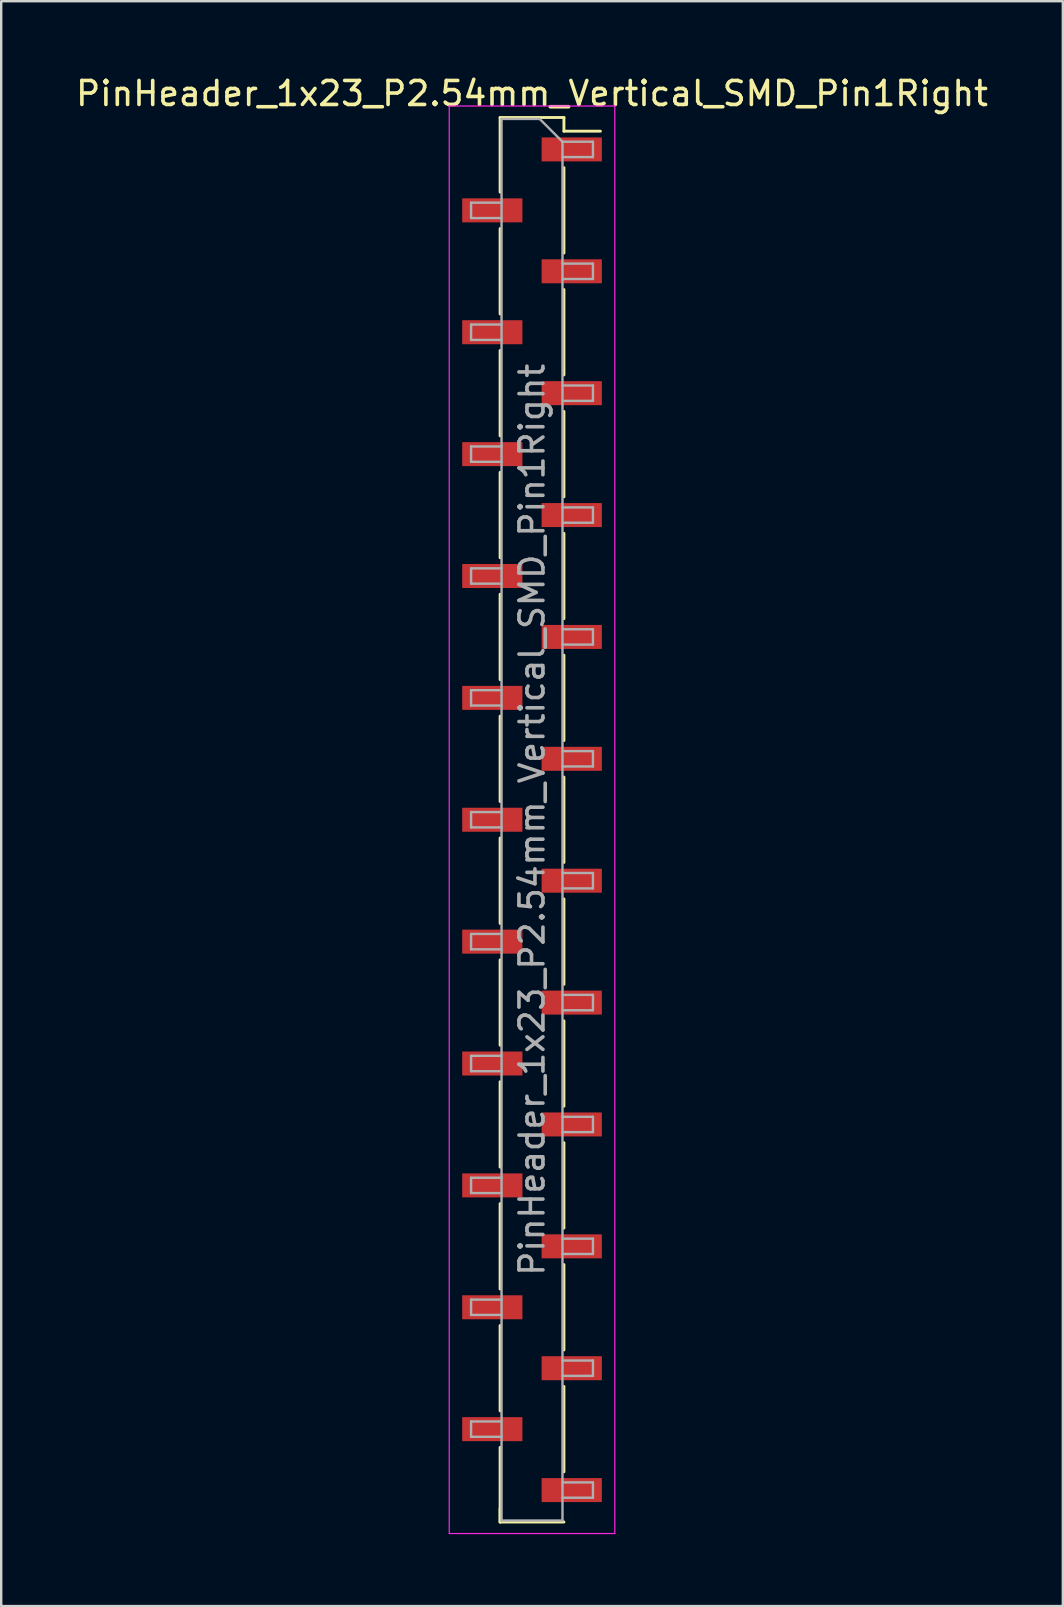
<source format=kicad_pcb>
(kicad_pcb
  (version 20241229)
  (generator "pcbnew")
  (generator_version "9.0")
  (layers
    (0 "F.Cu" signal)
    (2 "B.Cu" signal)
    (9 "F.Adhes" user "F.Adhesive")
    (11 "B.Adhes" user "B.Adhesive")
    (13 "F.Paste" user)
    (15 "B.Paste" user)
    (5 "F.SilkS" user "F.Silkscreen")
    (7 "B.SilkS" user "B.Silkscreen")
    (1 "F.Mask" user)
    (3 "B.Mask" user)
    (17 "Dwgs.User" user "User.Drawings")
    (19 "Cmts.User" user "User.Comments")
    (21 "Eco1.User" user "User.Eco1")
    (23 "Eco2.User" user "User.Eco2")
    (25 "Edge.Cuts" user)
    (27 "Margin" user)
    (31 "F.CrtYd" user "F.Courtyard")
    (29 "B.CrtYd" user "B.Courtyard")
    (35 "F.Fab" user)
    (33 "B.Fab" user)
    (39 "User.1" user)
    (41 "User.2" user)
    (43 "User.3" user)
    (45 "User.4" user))
  (footprint "PinHeader_1x23_P2.54mm_Vertical_SMD_Pin1Right"
    (layer "F.Cu")
    (at 19.125 31.118)
    (property "Reference" "PinHeader_1x23_P2.54mm_Vertical_SMD_Pin1Right" (at 0 -30.27 0) (layer "F.SilkS") (effects (font (size 1 1) (thickness 0.15))))
    (attr smd)
    (fp_line (start -1.33 -29.27) (end -1.33 -26.16) (stroke (width 0.12) (type solid)) (layer "F.SilkS"))
    (fp_line (start -1.33 -29.27) (end 1.33 -29.27) (stroke (width 0.12) (type solid)) (layer "F.SilkS"))
    (fp_line (start -1.33 -24.64) (end -1.33 -21.08) (stroke (width 0.12) (type solid)) (layer "F.SilkS"))
    (fp_line (start -1.33 -19.56) (end -1.33 -16) (stroke (width 0.12) (type solid)) (layer "F.SilkS"))
    (fp_line (start -1.33 -14.48) (end -1.33 -10.92) (stroke (width 0.12) (type solid)) (layer "F.SilkS"))
    (fp_line (start -1.33 -9.4) (end -1.33 -5.84) (stroke (width 0.12) (type solid)) (layer "F.SilkS"))
    (fp_line (start -1.33 -4.32) (end -1.33 -0.76) (stroke (width 0.12) (type solid)) (layer "F.SilkS"))
    (fp_line (start -1.33 0.76) (end -1.33 4.32) (stroke (width 0.12) (type solid)) (layer "F.SilkS"))
    (fp_line (start -1.33 5.84) (end -1.33 9.4) (stroke (width 0.12) (type solid)) (layer "F.SilkS"))
    (fp_line (start -1.33 10.92) (end -1.33 14.48) (stroke (width 0.12) (type solid)) (layer "F.SilkS"))
    (fp_line (start -1.33 16) (end -1.33 19.56) (stroke (width 0.12) (type solid)) (layer "F.SilkS"))
    (fp_line (start -1.33 21.08) (end -1.33 24.64) (stroke (width 0.12) (type solid)) (layer "F.SilkS"))
    (fp_line (start -1.33 26.16) (end -1.33 29.27) (stroke (width 0.12) (type solid)) (layer "F.SilkS"))
    (fp_line (start -1.33 28.7) (end -1.33 29.27) (stroke (width 0.12) (type solid)) (layer "F.SilkS"))
    (fp_line (start -1.33 29.27) (end 1.33 29.27) (stroke (width 0.12) (type solid)) (layer "F.SilkS"))
    (fp_line (start 1.33 -29.27) (end 1.33 -28.7) (stroke (width 0.12) (type solid)) (layer "F.SilkS"))
    (fp_line (start 1.33 -28.7) (end 2.85 -28.7) (stroke (width 0.12) (type solid)) (layer "F.SilkS"))
    (fp_line (start 1.33 -27.18) (end 1.33 -23.62) (stroke (width 0.12) (type solid)) (layer "F.SilkS"))
    (fp_line (start 1.33 -22.1) (end 1.33 -18.54) (stroke (width 0.12) (type solid)) (layer "F.SilkS"))
    (fp_line (start 1.33 -17.02) (end 1.33 -13.46) (stroke (width 0.12) (type solid)) (layer "F.SilkS"))
    (fp_line (start 1.33 -11.94) (end 1.33 -8.38) (stroke (width 0.12) (type solid)) (layer "F.SilkS"))
    (fp_line (start 1.33 -6.86) (end 1.33 -3.3) (stroke (width 0.12) (type solid)) (layer "F.SilkS"))
    (fp_line (start 1.33 -1.78) (end 1.33 1.78) (stroke (width 0.12) (type solid)) (layer "F.SilkS"))
    (fp_line (start 1.33 3.3) (end 1.33 6.86) (stroke (width 0.12) (type solid)) (layer "F.SilkS"))
    (fp_line (start 1.33 8.38) (end 1.33 11.94) (stroke (width 0.12) (type solid)) (layer "F.SilkS"))
    (fp_line (start 1.33 13.46) (end 1.33 17.02) (stroke (width 0.12) (type solid)) (layer "F.SilkS"))
    (fp_line (start 1.33 18.54) (end 1.33 22.1) (stroke (width 0.12) (type solid)) (layer "F.SilkS"))
    (fp_line (start 1.33 23.62) (end 1.33 27.18) (stroke (width 0.12) (type solid)) (layer "F.SilkS"))
    (fp_line (start -3.45 -29.75) (end -3.45 29.75) (stroke (width 0.05) (type solid)) (layer "F.CrtYd"))
    (fp_line (start -3.45 29.75) (end 3.45 29.75) (stroke (width 0.05) (type solid)) (layer "F.CrtYd"))
    (fp_line (start 3.45 -29.75) (end -3.45 -29.75) (stroke (width 0.05) (type solid)) (layer "F.CrtYd"))
    (fp_line (start 3.45 29.75) (end 3.45 -29.75) (stroke (width 0.05) (type solid)) (layer "F.CrtYd"))
    (fp_line (start -2.54 -25.72) (end -2.54 -25.08) (stroke (width 0.1) (type solid)) (layer "F.Fab"))
    (fp_line (start -2.54 -25.08) (end -1.27 -25.08) (stroke (width 0.1) (type solid)) (layer "F.Fab"))
    (fp_line (start -2.54 -20.64) (end -2.54 -20) (stroke (width 0.1) (type solid)) (layer "F.Fab"))
    (fp_line (start -2.54 -20) (end -1.27 -20) (stroke (width 0.1) (type solid)) (layer "F.Fab"))
    (fp_line (start -2.54 -15.56) (end -2.54 -14.92) (stroke (width 0.1) (type solid)) (layer "F.Fab"))
    (fp_line (start -2.54 -14.92) (end -1.27 -14.92) (stroke (width 0.1) (type solid)) (layer "F.Fab"))
    (fp_line (start -2.54 -10.48) (end -2.54 -9.84) (stroke (width 0.1) (type solid)) (layer "F.Fab"))
    (fp_line (start -2.54 -9.84) (end -1.27 -9.84) (stroke (width 0.1) (type solid)) (layer "F.Fab"))
    (fp_line (start -2.54 -5.4) (end -2.54 -4.76) (stroke (width 0.1) (type solid)) (layer "F.Fab"))
    (fp_line (start -2.54 -4.76) (end -1.27 -4.76) (stroke (width 0.1) (type solid)) (layer "F.Fab"))
    (fp_line (start -2.54 -0.32) (end -2.54 0.32) (stroke (width 0.1) (type solid)) (layer "F.Fab"))
    (fp_line (start -2.54 0.32) (end -1.27 0.32) (stroke (width 0.1) (type solid)) (layer "F.Fab"))
    (fp_line (start -2.54 4.76) (end -2.54 5.4) (stroke (width 0.1) (type solid)) (layer "F.Fab"))
    (fp_line (start -2.54 5.4) (end -1.27 5.4) (stroke (width 0.1) (type solid)) (layer "F.Fab"))
    (fp_line (start -2.54 9.84) (end -2.54 10.48) (stroke (width 0.1) (type solid)) (layer "F.Fab"))
    (fp_line (start -2.54 10.48) (end -1.27 10.48) (stroke (width 0.1) (type solid)) (layer "F.Fab"))
    (fp_line (start -2.54 14.92) (end -2.54 15.56) (stroke (width 0.1) (type solid)) (layer "F.Fab"))
    (fp_line (start -2.54 15.56) (end -1.27 15.56) (stroke (width 0.1) (type solid)) (layer "F.Fab"))
    (fp_line (start -2.54 20) (end -2.54 20.64) (stroke (width 0.1) (type solid)) (layer "F.Fab"))
    (fp_line (start -2.54 20.64) (end -1.27 20.64) (stroke (width 0.1) (type solid)) (layer "F.Fab"))
    (fp_line (start -2.54 25.08) (end -2.54 25.72) (stroke (width 0.1) (type solid)) (layer "F.Fab"))
    (fp_line (start -2.54 25.72) (end -1.27 25.72) (stroke (width 0.1) (type solid)) (layer "F.Fab"))
    (fp_line (start -1.27 -29.21) (end -1.27 29.21) (stroke (width 0.1) (type solid)) (layer "F.Fab"))
    (fp_line (start -1.27 -29.21) (end 0.32 -29.21) (stroke (width 0.1) (type solid)) (layer "F.Fab"))
    (fp_line (start -1.27 -25.72) (end -2.54 -25.72) (stroke (width 0.1) (type solid)) (layer "F.Fab"))
    (fp_line (start -1.27 -20.64) (end -2.54 -20.64) (stroke (width 0.1) (type solid)) (layer "F.Fab"))
    (fp_line (start -1.27 -15.56) (end -2.54 -15.56) (stroke (width 0.1) (type solid)) (layer "F.Fab"))
    (fp_line (start -1.27 -10.48) (end -2.54 -10.48) (stroke (width 0.1) (type solid)) (layer "F.Fab"))
    (fp_line (start -1.27 -5.4) (end -2.54 -5.4) (stroke (width 0.1) (type solid)) (layer "F.Fab"))
    (fp_line (start -1.27 -0.32) (end -2.54 -0.32) (stroke (width 0.1) (type solid)) (layer "F.Fab"))
    (fp_line (start -1.27 4.76) (end -2.54 4.76) (stroke (width 0.1) (type solid)) (layer "F.Fab"))
    (fp_line (start -1.27 9.84) (end -2.54 9.84) (stroke (width 0.1) (type solid)) (layer "F.Fab"))
    (fp_line (start -1.27 14.92) (end -2.54 14.92) (stroke (width 0.1) (type solid)) (layer "F.Fab"))
    (fp_line (start -1.27 20) (end -2.54 20) (stroke (width 0.1) (type solid)) (layer "F.Fab"))
    (fp_line (start -1.27 25.08) (end -2.54 25.08) (stroke (width 0.1) (type solid)) (layer "F.Fab"))
    (fp_line (start 1.27 -28.26) (end 0.32 -29.21) (stroke (width 0.1) (type solid)) (layer "F.Fab"))
    (fp_line (start 1.27 -28.26) (end 2.54 -28.26) (stroke (width 0.1) (type solid)) (layer "F.Fab"))
    (fp_line (start 1.27 -23.18) (end 2.54 -23.18) (stroke (width 0.1) (type solid)) (layer "F.Fab"))
    (fp_line (start 1.27 -18.1) (end 2.54 -18.1) (stroke (width 0.1) (type solid)) (layer "F.Fab"))
    (fp_line (start 1.27 -13.02) (end 2.54 -13.02) (stroke (width 0.1) (type solid)) (layer "F.Fab"))
    (fp_line (start 1.27 -7.94) (end 2.54 -7.94) (stroke (width 0.1) (type solid)) (layer "F.Fab"))
    (fp_line (start 1.27 -2.86) (end 2.54 -2.86) (stroke (width 0.1) (type solid)) (layer "F.Fab"))
    (fp_line (start 1.27 2.22) (end 2.54 2.22) (stroke (width 0.1) (type solid)) (layer "F.Fab"))
    (fp_line (start 1.27 7.3) (end 2.54 7.3) (stroke (width 0.1) (type solid)) (layer "F.Fab"))
    (fp_line (start 1.27 12.38) (end 2.54 12.38) (stroke (width 0.1) (type solid)) (layer "F.Fab"))
    (fp_line (start 1.27 17.46) (end 2.54 17.46) (stroke (width 0.1) (type solid)) (layer "F.Fab"))
    (fp_line (start 1.27 22.54) (end 2.54 22.54) (stroke (width 0.1) (type solid)) (layer "F.Fab"))
    (fp_line (start 1.27 27.62) (end 2.54 27.62) (stroke (width 0.1) (type solid)) (layer "F.Fab"))
    (fp_line (start 1.27 29.21) (end -1.27 29.21) (stroke (width 0.1) (type solid)) (layer "F.Fab"))
    (fp_line (start 1.27 29.21) (end 1.27 -28.26) (stroke (width 0.1) (type solid)) (layer "F.Fab"))
    (fp_line (start 2.54 -28.26) (end 2.54 -27.62) (stroke (width 0.1) (type solid)) (layer "F.Fab"))
    (fp_line (start 2.54 -27.62) (end 1.27 -27.62) (stroke (width 0.1) (type solid)) (layer "F.Fab"))
    (fp_line (start 2.54 -23.18) (end 2.54 -22.54) (stroke (width 0.1) (type solid)) (layer "F.Fab"))
    (fp_line (start 2.54 -22.54) (end 1.27 -22.54) (stroke (width 0.1) (type solid)) (layer "F.Fab"))
    (fp_line (start 2.54 -18.1) (end 2.54 -17.46) (stroke (width 0.1) (type solid)) (layer "F.Fab"))
    (fp_line (start 2.54 -17.46) (end 1.27 -17.46) (stroke (width 0.1) (type solid)) (layer "F.Fab"))
    (fp_line (start 2.54 -13.02) (end 2.54 -12.38) (stroke (width 0.1) (type solid)) (layer "F.Fab"))
    (fp_line (start 2.54 -12.38) (end 1.27 -12.38) (stroke (width 0.1) (type solid)) (layer "F.Fab"))
    (fp_line (start 2.54 -7.94) (end 2.54 -7.3) (stroke (width 0.1) (type solid)) (layer "F.Fab"))
    (fp_line (start 2.54 -7.3) (end 1.27 -7.3) (stroke (width 0.1) (type solid)) (layer "F.Fab"))
    (fp_line (start 2.54 -2.86) (end 2.54 -2.22) (stroke (width 0.1) (type solid)) (layer "F.Fab"))
    (fp_line (start 2.54 -2.22) (end 1.27 -2.22) (stroke (width 0.1) (type solid)) (layer "F.Fab"))
    (fp_line (start 2.54 2.22) (end 2.54 2.86) (stroke (width 0.1) (type solid)) (layer "F.Fab"))
    (fp_line (start 2.54 2.86) (end 1.27 2.86) (stroke (width 0.1) (type solid)) (layer "F.Fab"))
    (fp_line (start 2.54 7.3) (end 2.54 7.94) (stroke (width 0.1) (type solid)) (layer "F.Fab"))
    (fp_line (start 2.54 7.94) (end 1.27 7.94) (stroke (width 0.1) (type solid)) (layer "F.Fab"))
    (fp_line (start 2.54 12.38) (end 2.54 13.02) (stroke (width 0.1) (type solid)) (layer "F.Fab"))
    (fp_line (start 2.54 13.02) (end 1.27 13.02) (stroke (width 0.1) (type solid)) (layer "F.Fab"))
    (fp_line (start 2.54 17.46) (end 2.54 18.1) (stroke (width 0.1) (type solid)) (layer "F.Fab"))
    (fp_line (start 2.54 18.1) (end 1.27 18.1) (stroke (width 0.1) (type solid)) (layer "F.Fab"))
    (fp_line (start 2.54 22.54) (end 2.54 23.18) (stroke (width 0.1) (type solid)) (layer "F.Fab"))
    (fp_line (start 2.54 23.18) (end 1.27 23.18) (stroke (width 0.1) (type solid)) (layer "F.Fab"))
    (fp_line (start 2.54 27.62) (end 2.54 28.26) (stroke (width 0.1) (type solid)) (layer "F.Fab"))
    (fp_line (start 2.54 28.26) (end 1.27 28.26) (stroke (width 0.1) (type solid)) (layer "F.Fab"))
    (fp_text user "${REFERENCE}" (at 0 0 90) (layer "F.Fab") (effects (font (size 1 1) (thickness 0.15))))
    (pad "1" smd rect (at 1.655 -27.94) (size 2.51 1) (layers "F.Cu" "F.Mask" "F.Paste"))
    (pad "2" smd rect (at -1.655 -25.4) (size 2.51 1) (layers "F.Cu" "F.Mask" "F.Paste"))
    (pad "3" smd rect (at 1.655 -22.86) (size 2.51 1) (layers "F.Cu" "F.Mask" "F.Paste"))
    (pad "4" smd rect (at -1.655 -20.32) (size 2.51 1) (layers "F.Cu" "F.Mask" "F.Paste"))
    (pad "5" smd rect (at 1.655 -17.78) (size 2.51 1) (layers "F.Cu" "F.Mask" "F.Paste"))
    (pad "6" smd rect (at -1.655 -15.24) (size 2.51 1) (layers "F.Cu" "F.Mask" "F.Paste"))
    (pad "7" smd rect (at 1.655 -12.7) (size 2.51 1) (layers "F.Cu" "F.Mask" "F.Paste"))
    (pad "8" smd rect (at -1.655 -10.16) (size 2.51 1) (layers "F.Cu" "F.Mask" "F.Paste"))
    (pad "9" smd rect (at 1.655 -7.62) (size 2.51 1) (layers "F.Cu" "F.Mask" "F.Paste"))
    (pad "10" smd rect (at -1.655 -5.08) (size 2.51 1) (layers "F.Cu" "F.Mask" "F.Paste"))
    (pad "11" smd rect (at 1.655 -2.54) (size 2.51 1) (layers "F.Cu" "F.Mask" "F.Paste"))
    (pad "12" smd rect (at -1.655 0) (size 2.51 1) (layers "F.Cu" "F.Mask" "F.Paste"))
    (pad "13" smd rect (at 1.655 2.54) (size 2.51 1) (layers "F.Cu" "F.Mask" "F.Paste"))
    (pad "14" smd rect (at -1.655 5.08) (size 2.51 1) (layers "F.Cu" "F.Mask" "F.Paste"))
    (pad "15" smd rect (at 1.655 7.62) (size 2.51 1) (layers "F.Cu" "F.Mask" "F.Paste"))
    (pad "16" smd rect (at -1.655 10.16) (size 2.51 1) (layers "F.Cu" "F.Mask" "F.Paste"))
    (pad "17" smd rect (at 1.655 12.7) (size 2.51 1) (layers "F.Cu" "F.Mask" "F.Paste"))
    (pad "18" smd rect (at -1.655 15.24) (size 2.51 1) (layers "F.Cu" "F.Mask" "F.Paste"))
    (pad "19" smd rect (at 1.655 17.78) (size 2.51 1) (layers "F.Cu" "F.Mask" "F.Paste"))
    (pad "20" smd rect (at -1.655 20.32) (size 2.51 1) (layers "F.Cu" "F.Mask" "F.Paste"))
    (pad "21" smd rect (at 1.655 22.86) (size 2.51 1) (layers "F.Cu" "F.Mask" "F.Paste"))
    (pad "22" smd rect (at -1.655 25.4) (size 2.51 1) (layers "F.Cu" "F.Mask" "F.Paste"))
    (pad "23" smd rect (at 1.655 27.94) (size 2.51 1) (layers "F.Cu" "F.Mask" "F.Paste")))
  (gr_rect
    (start -3 -3)
    (end 41.25 63.893)
    (stroke (width 0.1) (type default))
    (fill no)
    (layer "Edge.Cuts")))
</source>
